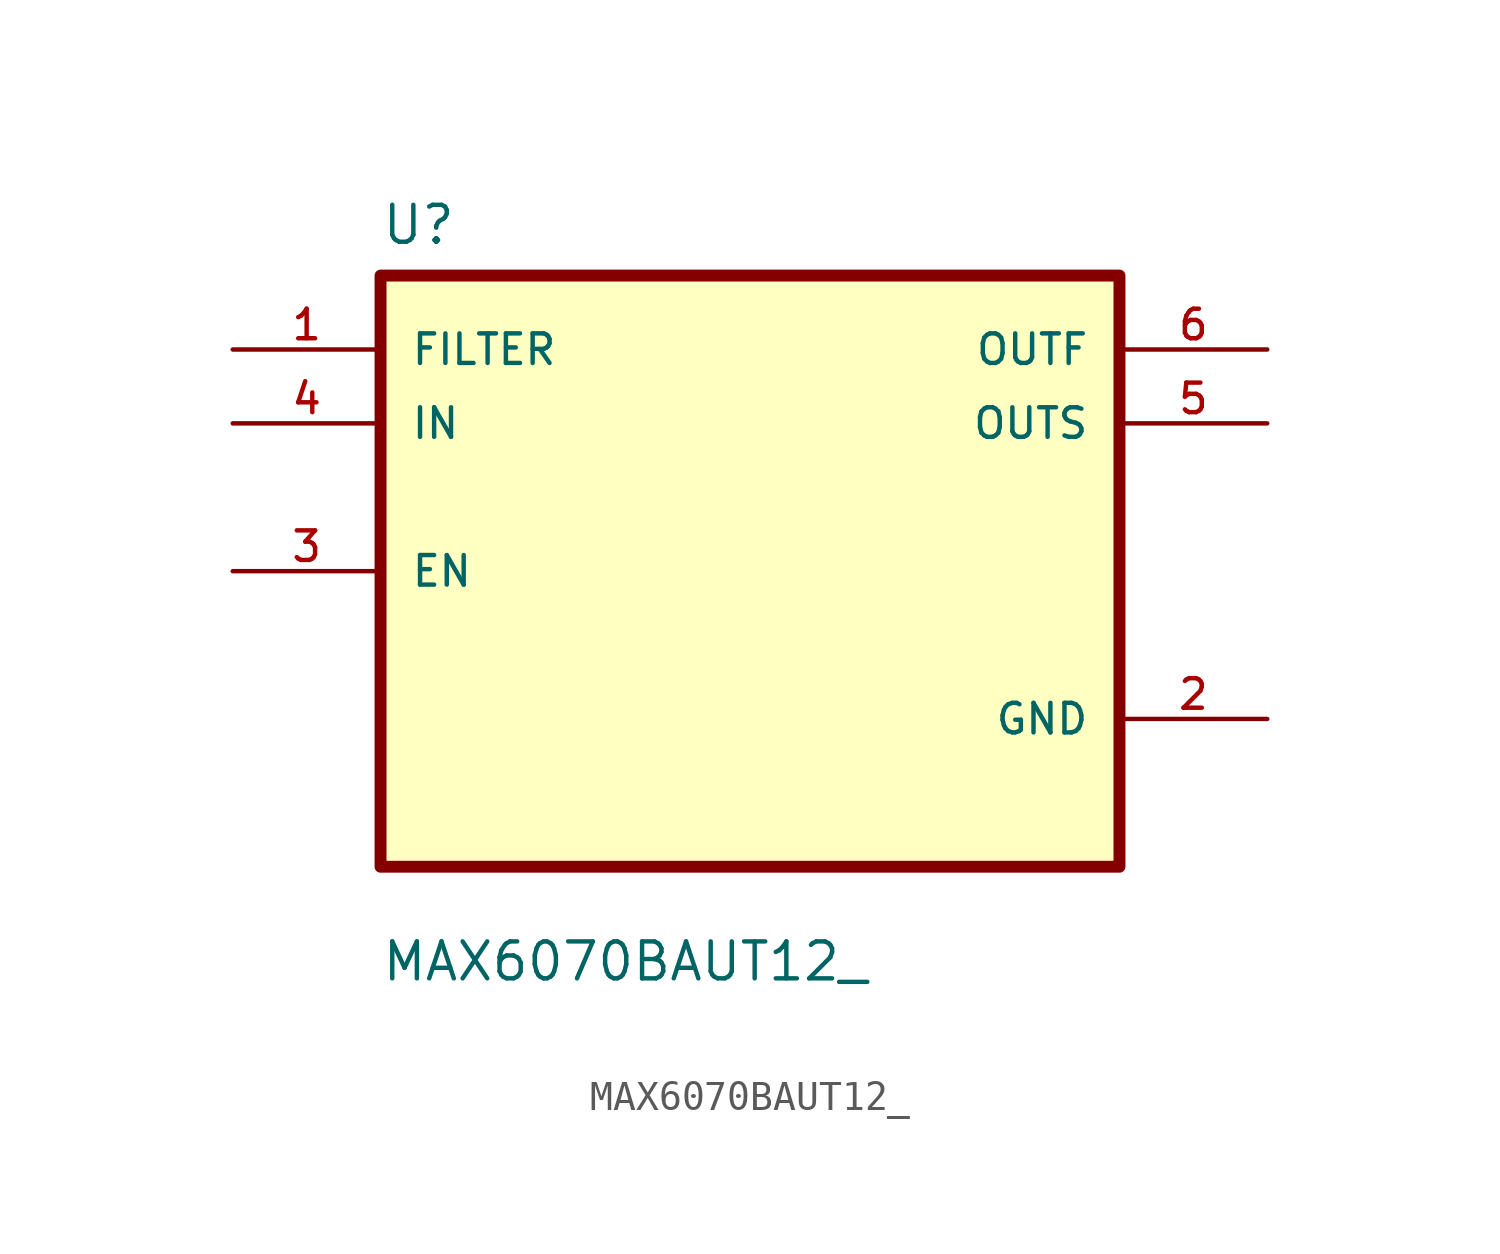
<source format=kicad_sym>
(kicad_symbol_lib
  (version 20211014)
  (generator kicad_symbol_editor)
  (symbol "MAX6070BAUT12_"
    (pin_names
      (offset 1.016))
    (property "Reference" "U"
      (at -12.7 11.16 0.0)
      (effects (font (size 1.27 1.27)) (justify bottom left)))
    (property "Value" "MAX6070BAUT12_"
      (at -12.7 -14.16 0.0)
      (effects (font (size 1.27 1.27)) (justify bottom left)))
    (symbol "MAX6070BAUT12__0_0"
      (rectangle (start -12.7 -10.16) (end 12.7 10.16) (stroke (width 0.41)) (fill (type background)))
      (pin input line (at -17.78 7.62 0) (length 5.08) (name "FILTER" (effects (font (size 1.016 1.016)))) (number "1" (effects (font (size 1.016 1.016)))))
      (pin input line (at -17.78 5.08 0) (length 5.08) (name "IN" (effects (font (size 1.016 1.016)))) (number "4" (effects (font (size 1.016 1.016)))))
      (pin bidirectional line (at -17.78 0.0 0) (length 5.08) (name "EN" (effects (font (size 1.016 1.016)))) (number "3" (effects (font (size 1.016 1.016)))))
      (pin output line (at 17.78 7.62 180.0) (length 5.08) (name "OUTF" (effects (font (size 1.016 1.016)))) (number "6" (effects (font (size 1.016 1.016)))))
      (pin output line (at 17.78 5.08 180.0) (length 5.08) (name "OUTS" (effects (font (size 1.016 1.016)))) (number "5" (effects (font (size 1.016 1.016)))))
      (pin power_in line (at 17.78 -5.08 180.0) (length 5.08) (name "GND" (effects (font (size 1.016 1.016)))) (number "2" (effects (font (size 1.016 1.016))))))))
</source>
